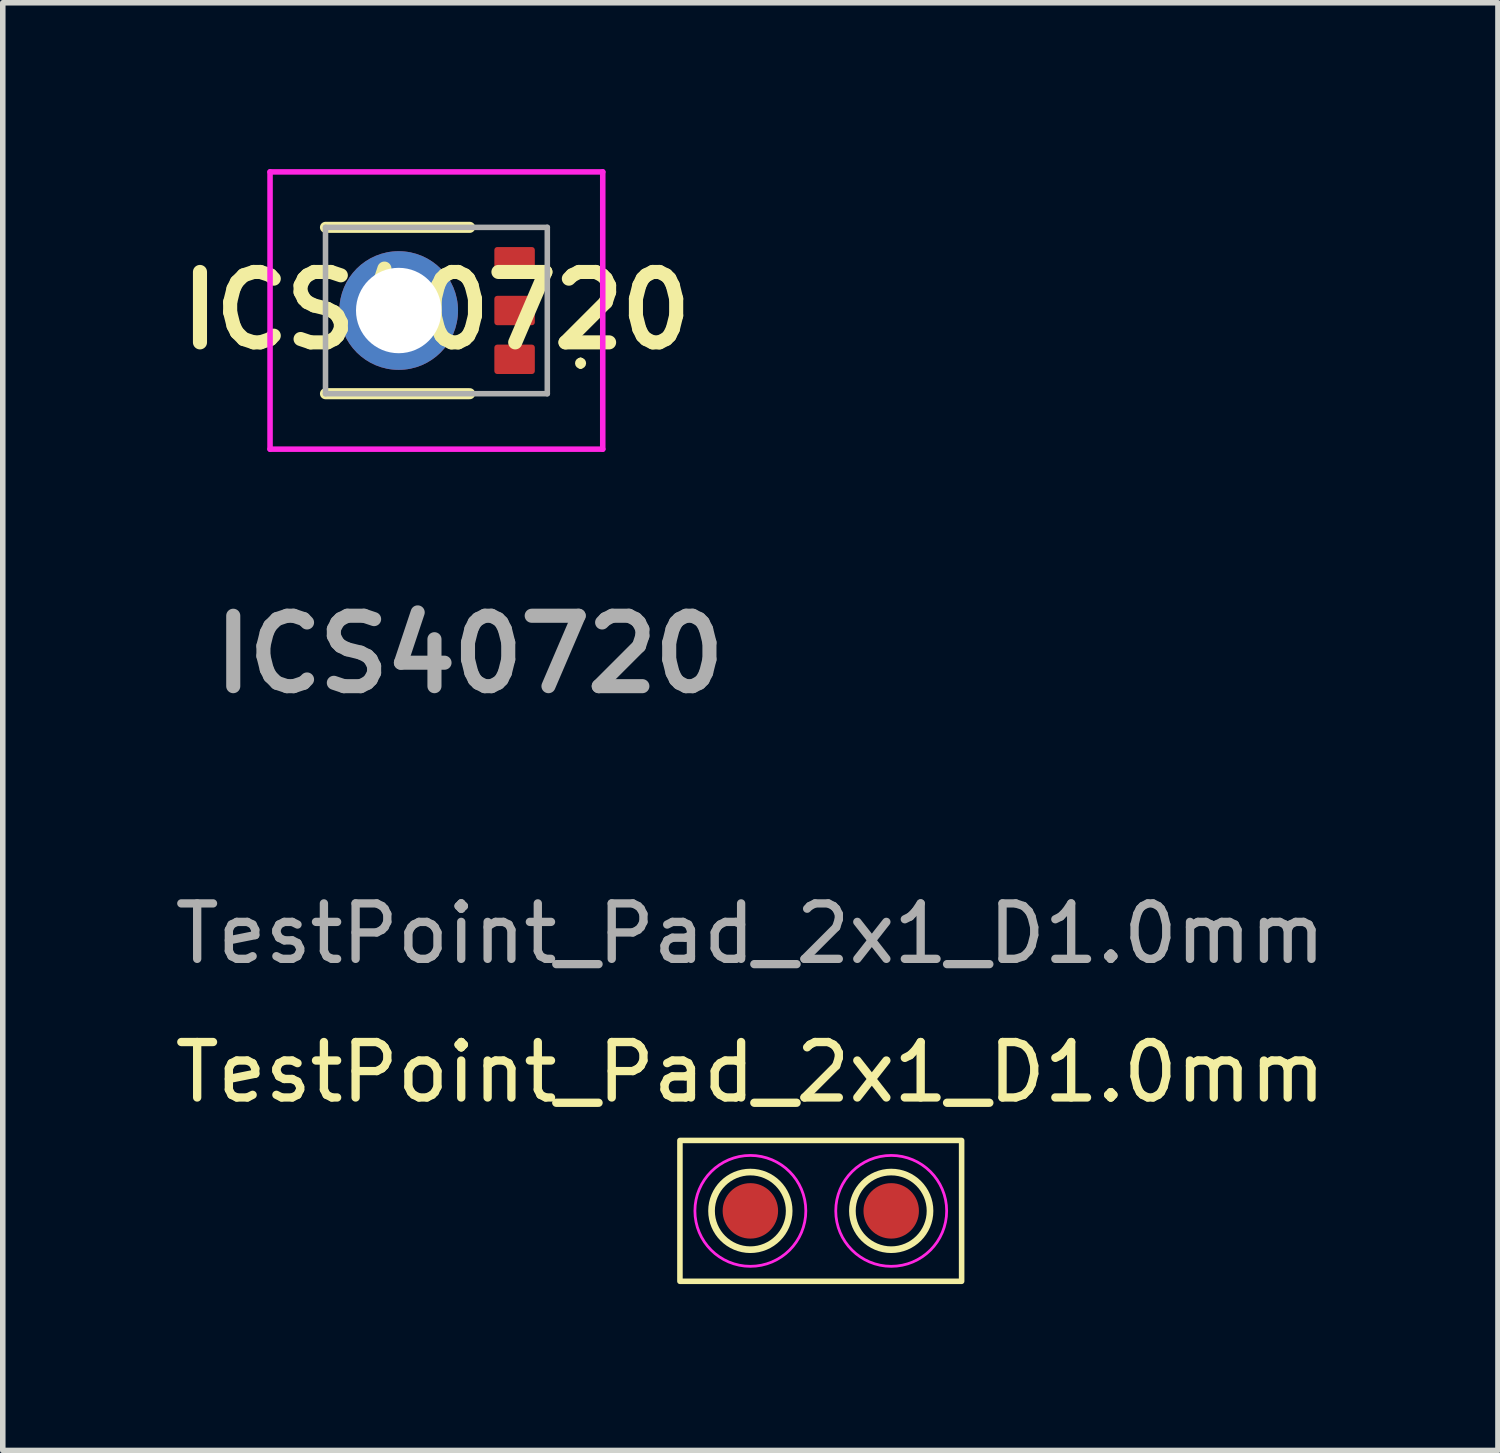
<source format=kicad_pcb>
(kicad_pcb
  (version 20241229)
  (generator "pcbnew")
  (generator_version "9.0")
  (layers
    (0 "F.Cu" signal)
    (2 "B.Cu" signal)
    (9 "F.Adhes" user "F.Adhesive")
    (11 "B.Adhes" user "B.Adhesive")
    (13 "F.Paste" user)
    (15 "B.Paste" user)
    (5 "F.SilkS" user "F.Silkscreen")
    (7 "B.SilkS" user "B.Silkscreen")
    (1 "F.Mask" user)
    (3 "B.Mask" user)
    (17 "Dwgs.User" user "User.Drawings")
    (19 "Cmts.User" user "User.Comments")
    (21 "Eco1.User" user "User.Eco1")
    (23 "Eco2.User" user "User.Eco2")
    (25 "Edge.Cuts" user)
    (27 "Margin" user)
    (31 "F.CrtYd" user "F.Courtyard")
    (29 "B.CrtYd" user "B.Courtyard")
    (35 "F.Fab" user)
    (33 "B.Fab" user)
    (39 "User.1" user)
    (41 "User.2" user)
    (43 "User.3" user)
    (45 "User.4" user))
  (footprint "ICS40720"
    (layer "F.Cu")
    (at 4.82 2.55)
    (property "Reference" "ICS40720" (at 0 0 0) (layer "F.SilkS") (effects (font (size 1.27 1.27) (thickness 0.254))))
    (attr through_hole)
    (fp_line (start 0.6 -1.5) (end -2 -1.5) (stroke (width 0.2) (type solid)) (layer "F.SilkS"))
    (fp_line (start 0.6 1.5) (end -2 1.5) (stroke (width 0.2) (type solid)) (layer "F.SilkS"))
    (fp_line (start 2.6 0.9) (end 2.6 0.9) (stroke (width 0.1) (type solid)) (layer "F.SilkS"))
    (fp_line (start 2.6 1) (end 2.6 1) (stroke (width 0.1) (type solid)) (layer "F.SilkS"))
    (fp_arc (start 2.6 0.9) (mid 2.65 0.95) (end 2.6 1) (stroke (width 0.1) (type solid)) (layer "F.SilkS"))
    (fp_arc (start 2.6 1) (mid 2.55 0.95) (end 2.6 0.9) (stroke (width 0.1) (type solid)) (layer "F.SilkS"))
    (fp_arc (start -1.605 0.25) (mid -1.51085 -0.477297) (end -0.93 -0.925) (stroke (width 0.22) (type default)) (layer "F.Paste"))
    (fp_arc (start -0.43 -0.925) (mid 0.15345 -0.472743) (end 0.242208 0.26011) (stroke (width 0.22) (type default)) (layer "F.Paste"))
    (fp_arc (start -0.002459 0.677541) (mid -0.68 0.958188) (end -1.357541 0.677541) (stroke (width 0.22) (type default)) (layer "F.Paste"))
    (fp_line (start -3 -2.5) (end -3 2.5) (stroke (width 0.1) (type solid)) (layer "F.CrtYd"))
    (fp_line (start -3 2.5) (end 3 2.5) (stroke (width 0.1) (type solid)) (layer "F.CrtYd"))
    (fp_line (start 3 -2.5) (end -3 -2.5) (stroke (width 0.1) (type solid)) (layer "F.CrtYd"))
    (fp_line (start 3 2.5) (end 3 -2.5) (stroke (width 0.1) (type solid)) (layer "F.CrtYd"))
    (fp_line (start -2 -1.5) (end -2 1.5) (stroke (width 0.1) (type solid)) (layer "F.Fab"))
    (fp_line (start -2 1.5) (end 2 1.5) (stroke (width 0.1) (type solid)) (layer "F.Fab"))
    (fp_line (start 2 -1.5) (end -2 -1.5) (stroke (width 0.1) (type solid)) (layer "F.Fab"))
    (fp_line (start 2 1.5) (end 2 -1.5) (stroke (width 0.1) (type solid)) (layer "F.Fab"))
    (fp_circle (center -0.68 0) (end -0.67 -0.95) (stroke (width 0.1) (type default)) (fill no) (layer "User.1"))
    (fp_text user "${REFERENCE}" (at 0.6 6.2 0) (layer "F.Fab") (effects (font (size 1.27 1.27) (thickness 0.254))))
    (pad "1" smd roundrect (at 1.41 0.88 90) (size 0.53 0.73) (layers "F.Cu" "F.Mask" "F.Paste") (roundrect_rratio 0.1))
    (pad "2" smd roundrect (at 1.41 0 90) (size 0.53 0.73) (layers "F.Cu" "F.Mask" "F.Paste") (roundrect_rratio 0.1))
    (pad "3" smd roundrect (at 1.41 -0.88 90) (size 0.53 0.73) (layers "F.Cu" "F.Mask" "F.Paste") (roundrect_rratio 0.1))
    (pad "4" thru_hole circle (at -0.68 0) (size 2.14 2.14) (drill 1.54) (layers "*.Cu" "*.Mask")))
  (footprint "TestPoint_Pad_2x1_D1.0mm"
    (layer "F.Cu")
    (at 10.482 18.787)
    (property "Reference" "TestPoint_Pad_2x1_D1.0mm" (at 0 -2.5 0) (layer "F.SilkS") (effects (font (size 1 1) (thickness 0.15))))
    (attr exclude_from_pos_files exclude_from_bom)
    (fp_rect (start -1.27 -1.27) (end 3.81 1.27) (stroke (width 0.1) (type default)) (fill no) (layer "F.SilkS"))
    (fp_circle (center 0 0) (end 0 0.7) (stroke (width 0.12) (type solid)) (fill no) (layer "F.SilkS"))
    (fp_circle (center 2.54 0) (end 2.54 0.7) (stroke (width 0.12) (type solid)) (fill no) (layer "F.SilkS"))
    (fp_circle (center 0 0) (end 1 0) (stroke (width 0.05) (type solid)) (fill no) (layer "F.CrtYd"))
    (fp_circle (center 2.54 0) (end 3.54 0) (stroke (width 0.05) (type solid)) (fill no) (layer "F.CrtYd"))
    (fp_text user "${REFERENCE}" (at 0 -5 0) (layer "F.Fab") (effects (font (size 1 1) (thickness 0.15))))
    (pad "1" smd circle (at 0 0) (size 1 1) (layers "F.Cu" "F.Mask"))
    (pad "2" smd circle (at 2.54 0) (size 1 1) (layers "F.Cu" "F.Mask")))
  (gr_rect
    (start -3 -3)
    (end 23.964 23.107)
    (stroke (width 0.1) (type default))
    (fill no)
    (layer "Edge.Cuts")))
</source>
